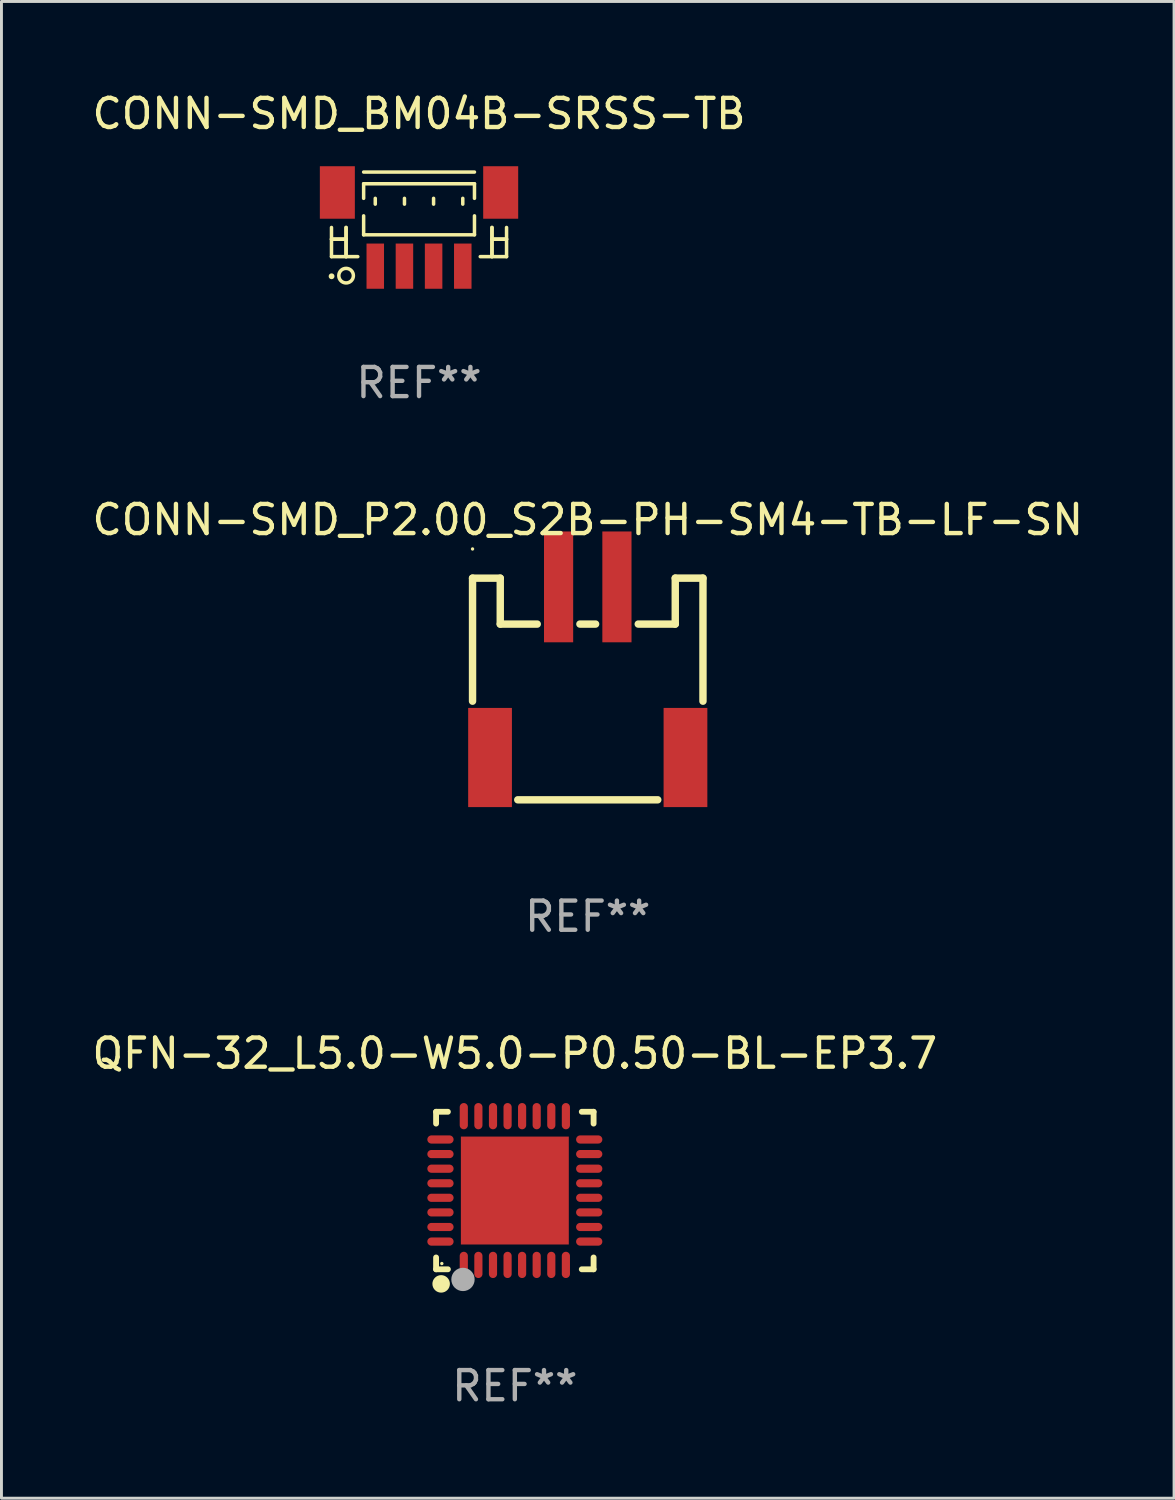
<source format=kicad_pcb>
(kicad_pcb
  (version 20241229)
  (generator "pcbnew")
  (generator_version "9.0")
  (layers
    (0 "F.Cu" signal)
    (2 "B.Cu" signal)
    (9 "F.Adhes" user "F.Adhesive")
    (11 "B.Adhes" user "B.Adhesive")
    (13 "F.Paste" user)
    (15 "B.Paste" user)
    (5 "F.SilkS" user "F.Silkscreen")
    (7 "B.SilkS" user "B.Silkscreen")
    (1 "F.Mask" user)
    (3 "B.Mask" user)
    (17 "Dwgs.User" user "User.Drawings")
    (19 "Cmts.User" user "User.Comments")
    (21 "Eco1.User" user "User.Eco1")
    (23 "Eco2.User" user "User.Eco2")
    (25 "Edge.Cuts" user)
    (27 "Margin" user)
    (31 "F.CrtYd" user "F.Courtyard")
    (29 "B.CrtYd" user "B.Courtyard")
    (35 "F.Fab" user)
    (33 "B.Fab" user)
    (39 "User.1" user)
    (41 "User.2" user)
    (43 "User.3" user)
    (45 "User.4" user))
  (footprint "CONN-SMD_BM04B-SRSS-TB"
    (layer "F.Cu")
    (at 11.316 4.812)
    (property "Reference" "CONN-SMD_BM04B-SRSS-TB" (at -0.000127 -3.963 0) (layer "F.SilkS") (effects (font (size 1 1) (thickness 0.15))))
    (attr smd)
    (fp_line (start -3.001 -0.063) (end -3.001 0.937) (stroke (width 0.12) (type solid)) (layer "F.SilkS"))
    (fp_line (start -3.001 0.338) (end -2.501 0.338) (stroke (width 0.12) (type solid)) (layer "F.SilkS"))
    (fp_line (start -3.001 0.937) (end -2.099 0.937) (stroke (width 0.12) (type solid)) (layer "F.SilkS"))
    (fp_line (start -2.501 -0.063) (end -2.501 0.937) (stroke (width 0.12) (type solid)) (layer "F.SilkS"))
    (fp_line (start -2.501 0.338) (end -3.001 0.338) (stroke (width 0.12) (type solid)) (layer "F.SilkS"))
    (fp_line (start -2.501 0.937) (end -2.501 -0.063) (stroke (width 0.12) (type solid)) (layer "F.SilkS"))
    (fp_line (start -1.899 -1.963) (end 1.901 -1.963) (stroke (width 0.12) (type solid)) (layer "F.SilkS"))
    (fp_line (start -1.899 -1.562) (end 1.901 -1.562) (stroke (width 0.12) (type solid)) (layer "F.SilkS"))
    (fp_line (start -1.899 -1.062) (end -1.899 -1.562) (stroke (width 0.12) (type solid)) (layer "F.SilkS"))
    (fp_line (start -1.899 -0.462) (end -1.899 0.188) (stroke (width 0.12) (type solid)) (layer "F.SilkS"))
    (fp_line (start -1.899 0.188) (end 1.901 0.188) (stroke (width 0.12) (type solid)) (layer "F.SilkS"))
    (fp_line (start -1.5 -1.062) (end -1.5 -0.863) (stroke (width 0.12) (type solid)) (layer "F.SilkS"))
    (fp_line (start -0.499 -1.062) (end -0.499 -0.863) (stroke (width 0.12) (type solid)) (layer "F.SilkS"))
    (fp_line (start 0.499 -1.062) (end 0.499 -0.863) (stroke (width 0.12) (type solid)) (layer "F.SilkS"))
    (fp_line (start 1.5 -1.062) (end 1.5 -0.863) (stroke (width 0.12) (type solid)) (layer "F.SilkS"))
    (fp_line (start 1.901 -1.562) (end 1.901 -1.062) (stroke (width 0.12) (type solid)) (layer "F.SilkS"))
    (fp_line (start 1.901 0.188) (end 1.901 -0.462) (stroke (width 0.12) (type solid)) (layer "F.SilkS"))
    (fp_line (start 2.501 -0.063) (end 2.501 0.937) (stroke (width 0.12) (type solid)) (layer "F.SilkS"))
    (fp_line (start 2.501 0.338) (end 3.001 0.338) (stroke (width 0.12) (type solid)) (layer "F.SilkS"))
    (fp_line (start 2.501 0.937) (end 2.501 -0.063) (stroke (width 0.12) (type solid)) (layer "F.SilkS"))
    (fp_line (start 3.001 -0.063) (end 3.001 0.937) (stroke (width 0.12) (type solid)) (layer "F.SilkS"))
    (fp_line (start 3.001 0.338) (end 2.501 0.338) (stroke (width 0.12) (type solid)) (layer "F.SilkS"))
    (fp_line (start 3.001 0.937) (end 2.099 0.937) (stroke (width 0.12) (type solid)) (layer "F.SilkS"))
    (fp_arc (start -2.250241 1.598578) (mid -2.749949 1.581628) (end -2.249987 1.5874) (stroke (width 0.11999) (type solid)) (layer "F.SilkS"))
    (fp_circle (center -2.998 1.61) (end -2.948 1.61) (stroke (width 0.1) (type solid)) (fill no) (layer "F.SilkS"))
    (fp_text user "REF**" (at -0.000127 5.263 0) (layer "F.Fab") (effects (font (size 1 1) (thickness 0.15))))
    (pad "0" smd rect (at -2.8 -1.263) (size 1.2 1.8) (layers "F.Cu" "F.Mask" "F.Paste"))
    (pad "0" smd rect (at 2.8 -1.263) (size 1.2 1.8) (layers "F.Cu" "F.Mask" "F.Paste"))
    (pad "1" smd rect (at -1.5 1.263) (size 0.6 1.55) (layers "F.Cu" "F.Mask" "F.Paste"))
    (pad "2" smd rect (at -0.5 1.263) (size 0.6 1.55) (layers "F.Cu" "F.Mask" "F.Paste"))
    (pad "3" smd rect (at 0.5 1.263) (size 0.6 1.55) (layers "F.Cu" "F.Mask" "F.Paste"))
    (pad "4" smd rect (at 1.5 1.263) (size 0.6 1.55) (layers "F.Cu" "F.Mask" "F.Paste")))
  (footprint "CONN-SMD_P2.00_S2B-PH-SM4-TB-LF-SN"
    (layer "F.Cu")
    (at 17.101 19.996)
    (property "Reference" "CONN-SMD_P2.00_S2B-PH-SM4-TB-LF-SN" (at 0 -5.225 0) (layer "F.SilkS") (effects (font (size 1 1) (thickness 0.15))))
    (attr smd)
    (fp_line (start -3.95 -3.225) (end -3.95 0.994) (stroke (width 0.254) (type solid)) (layer "F.SilkS"))
    (fp_line (start -3 -3.224) (end -3.95 -3.224) (stroke (width 0.254) (type solid)) (layer "F.SilkS"))
    (fp_line (start -3 -1.649) (end -3 -3.224) (stroke (width 0.254) (type solid)) (layer "F.SilkS"))
    (fp_line (start -1.732 -1.649) (end -3 -1.649) (stroke (width 0.254) (type solid)) (layer "F.SilkS"))
    (fp_line (start 0.269 -1.65) (end -0.269 -1.65) (stroke (width 0.254) (type solid)) (layer "F.SilkS"))
    (fp_line (start 2.4 4.375) (end -2.4 4.375) (stroke (width 0.254) (type solid)) (layer "F.SilkS"))
    (fp_line (start 3 -3.225) (end 3 -1.65) (stroke (width 0.254) (type solid)) (layer "F.SilkS"))
    (fp_line (start 3 -1.65) (end 1.731 -1.65) (stroke (width 0.254) (type solid)) (layer "F.SilkS"))
    (fp_line (start 3.95 -3.225) (end 3 -3.225) (stroke (width 0.254) (type solid)) (layer "F.SilkS"))
    (fp_line (start 3.95 -3.225) (end 3.95 0.994) (stroke (width 0.254) (type solid)) (layer "F.SilkS"))
    (fp_circle (center -3.95 -4.225) (end -3.92 -4.225) (stroke (width 0.06) (type solid)) (fill no) (layer "F.SilkS"))
    (fp_text user "REF**" (at 0 8.375 0) (layer "F.Fab") (effects (font (size 1 1) (thickness 0.15))))
    (pad "1" smd rect (at -1 -2.925) (size 1 3.8) (layers "F.Cu" "F.Mask" "F.Paste"))
    (pad "2" smd rect (at 1 -2.925) (size 1 3.8) (layers "F.Cu" "F.Mask" "F.Paste"))
    (pad "3" smd rect (at 3.35 2.925) (size 1.5 3.4) (layers "F.Cu" "F.Mask" "F.Paste"))
    (pad "4" smd rect (at -3.35 2.925) (size 1.5 3.4) (layers "F.Cu" "F.Mask" "F.Paste")))
  (footprint "QFN-32_L5.0-W5.0-P0.50-BL-EP3.7"
    (layer "F.Cu")
    (at 14.601 37.767)
    (property "Reference" "QFN-32_L5.0-W5.0-P0.50-BL-EP3.7" (at -0.000076 -4.7 0) (layer "F.SilkS") (effects (font (size 1 1) (thickness 0.15))))
    (attr smd)
    (fp_line (start -2.7 -2.7) (end -2.295 -2.7) (stroke (width 0.2) (type solid)) (layer "F.SilkS"))
    (fp_line (start -2.7 -2.295) (end -2.7 -2.7) (stroke (width 0.2) (type solid)) (layer "F.SilkS"))
    (fp_line (start -2.7 2.7) (end -2.7 2.295) (stroke (width 0.2) (type solid)) (layer "F.SilkS"))
    (fp_line (start -2.295 2.7) (end -2.7 2.7) (stroke (width 0.2) (type solid)) (layer "F.SilkS"))
    (fp_line (start 2.295 2.7) (end 2.7 2.7) (stroke (width 0.2) (type solid)) (layer "F.SilkS"))
    (fp_line (start 2.7 -2.7) (end 2.295 -2.7) (stroke (width 0.2) (type solid)) (layer "F.SilkS"))
    (fp_line (start 2.7 -2.295) (end 2.7 -2.7) (stroke (width 0.2) (type solid)) (layer "F.SilkS"))
    (fp_line (start 2.7 2.7) (end 2.7 2.295) (stroke (width 0.2) (type solid)) (layer "F.SilkS"))
    (fp_arc (start -2.525425 3.05047) (mid -2.526905 3.350489) (end -2.527546 3.050467) (stroke (width 0.3) (type solid)) (layer "F.SilkS"))
    (fp_circle (center -2.503 2.503) (end -2.473 2.503) (stroke (width 0.06) (type solid)) (fill no) (layer "F.SilkS"))
    (fp_circle (center -1.778 3.048) (end -1.578 3.048) (stroke (width 0.4) (type solid)) (fill no) (layer "F.Fab"))
    (fp_text user "REF**" (at -0.000076 6.7 0) (layer "F.Fab") (effects (font (size 1 1) (thickness 0.15))))
    (pad "1" smd oval (at -1.75 2.55) (size 0.28 0.9) (layers "F.Cu" "F.Mask" "F.Paste"))
    (pad "2" smd oval (at -1.25 2.55) (size 0.28 0.9) (layers "F.Cu" "F.Mask" "F.Paste"))
    (pad "3" smd oval (at -0.749 2.55) (size 0.28 0.9) (layers "F.Cu" "F.Mask" "F.Paste"))
    (pad "4" smd oval (at -0.249 2.55) (size 0.28 0.9) (layers "F.Cu" "F.Mask" "F.Paste"))
    (pad "5" smd oval (at 0.249 2.55) (size 0.28 0.9) (layers "F.Cu" "F.Mask" "F.Paste"))
    (pad "6" smd oval (at 0.749 2.55) (size 0.28 0.9) (layers "F.Cu" "F.Mask" "F.Paste"))
    (pad "7" smd oval (at 1.25 2.55) (size 0.28 0.9) (layers "F.Cu" "F.Mask" "F.Paste"))
    (pad "8" smd oval (at 1.75 2.55) (size 0.28 0.9) (layers "F.Cu" "F.Mask" "F.Paste"))
    (pad "9" smd oval (at 2.55 1.75) (size 0.9 0.28) (layers "F.Cu" "F.Mask" "F.Paste"))
    (pad "10" smd oval (at 2.55 1.25) (size 0.9 0.28) (layers "F.Cu" "F.Mask" "F.Paste"))
    (pad "11" smd oval (at 2.55 0.749) (size 0.9 0.28) (layers "F.Cu" "F.Mask" "F.Paste"))
    (pad "12" smd oval (at 2.55 0.249) (size 0.9 0.28) (layers "F.Cu" "F.Mask" "F.Paste"))
    (pad "13" smd oval (at 2.55 -0.249) (size 0.9 0.28) (layers "F.Cu" "F.Mask" "F.Paste"))
    (pad "14" smd oval (at 2.55 -0.749) (size 0.9 0.28) (layers "F.Cu" "F.Mask" "F.Paste"))
    (pad "15" smd oval (at 2.55 -1.25) (size 0.9 0.28) (layers "F.Cu" "F.Mask" "F.Paste"))
    (pad "16" smd oval (at 2.55 -1.75) (size 0.9 0.28) (layers "F.Cu" "F.Mask" "F.Paste"))
    (pad "17" smd oval (at 1.75 -2.55) (size 0.28 0.9) (layers "F.Cu" "F.Mask" "F.Paste"))
    (pad "18" smd oval (at 1.25 -2.55) (size 0.28 0.9) (layers "F.Cu" "F.Mask" "F.Paste"))
    (pad "19" smd oval (at 0.749 -2.55) (size 0.28 0.9) (layers "F.Cu" "F.Mask" "F.Paste"))
    (pad "20" smd oval (at 0.249 -2.55) (size 0.28 0.9) (layers "F.Cu" "F.Mask" "F.Paste"))
    (pad "21" smd oval (at -0.249 -2.55) (size 0.28 0.9) (layers "F.Cu" "F.Mask" "F.Paste"))
    (pad "22" smd oval (at -0.749 -2.55) (size 0.28 0.9) (layers "F.Cu" "F.Mask" "F.Paste"))
    (pad "23" smd oval (at -1.25 -2.55) (size 0.28 0.9) (layers "F.Cu" "F.Mask" "F.Paste"))
    (pad "24" smd oval (at -1.75 -2.55) (size 0.28 0.9) (layers "F.Cu" "F.Mask" "F.Paste"))
    (pad "25" smd oval (at -2.55 -1.75) (size 0.9 0.28) (layers "F.Cu" "F.Mask" "F.Paste"))
    (pad "26" smd oval (at -2.55 -1.25) (size 0.9 0.28) (layers "F.Cu" "F.Mask" "F.Paste"))
    (pad "27" smd oval (at -2.55 -0.749) (size 0.9 0.28) (layers "F.Cu" "F.Mask" "F.Paste"))
    (pad "28" smd oval (at -2.55 -0.249) (size 0.9 0.28) (layers "F.Cu" "F.Mask" "F.Paste"))
    (pad "29" smd oval (at -2.55 0.249) (size 0.9 0.28) (layers "F.Cu" "F.Mask" "F.Paste"))
    (pad "30" smd oval (at -2.55 0.749) (size 0.9 0.28) (layers "F.Cu" "F.Mask" "F.Paste"))
    (pad "31" smd oval (at -2.55 1.25) (size 0.9 0.28) (layers "F.Cu" "F.Mask" "F.Paste"))
    (pad "32" smd oval (at -2.55 1.75) (size 0.9 0.28) (layers "F.Cu" "F.Mask" "F.Paste"))
    (pad "33" smd rect (at 0 0) (size 3.7 3.7) (layers "F.Cu" "F.Mask" "F.Paste")))
  (gr_rect
    (start -3 -3)
    (end 37.202 48.315)
    (stroke (width 0.1) (type default))
    (fill no)
    (layer "Edge.Cuts")))
</source>
